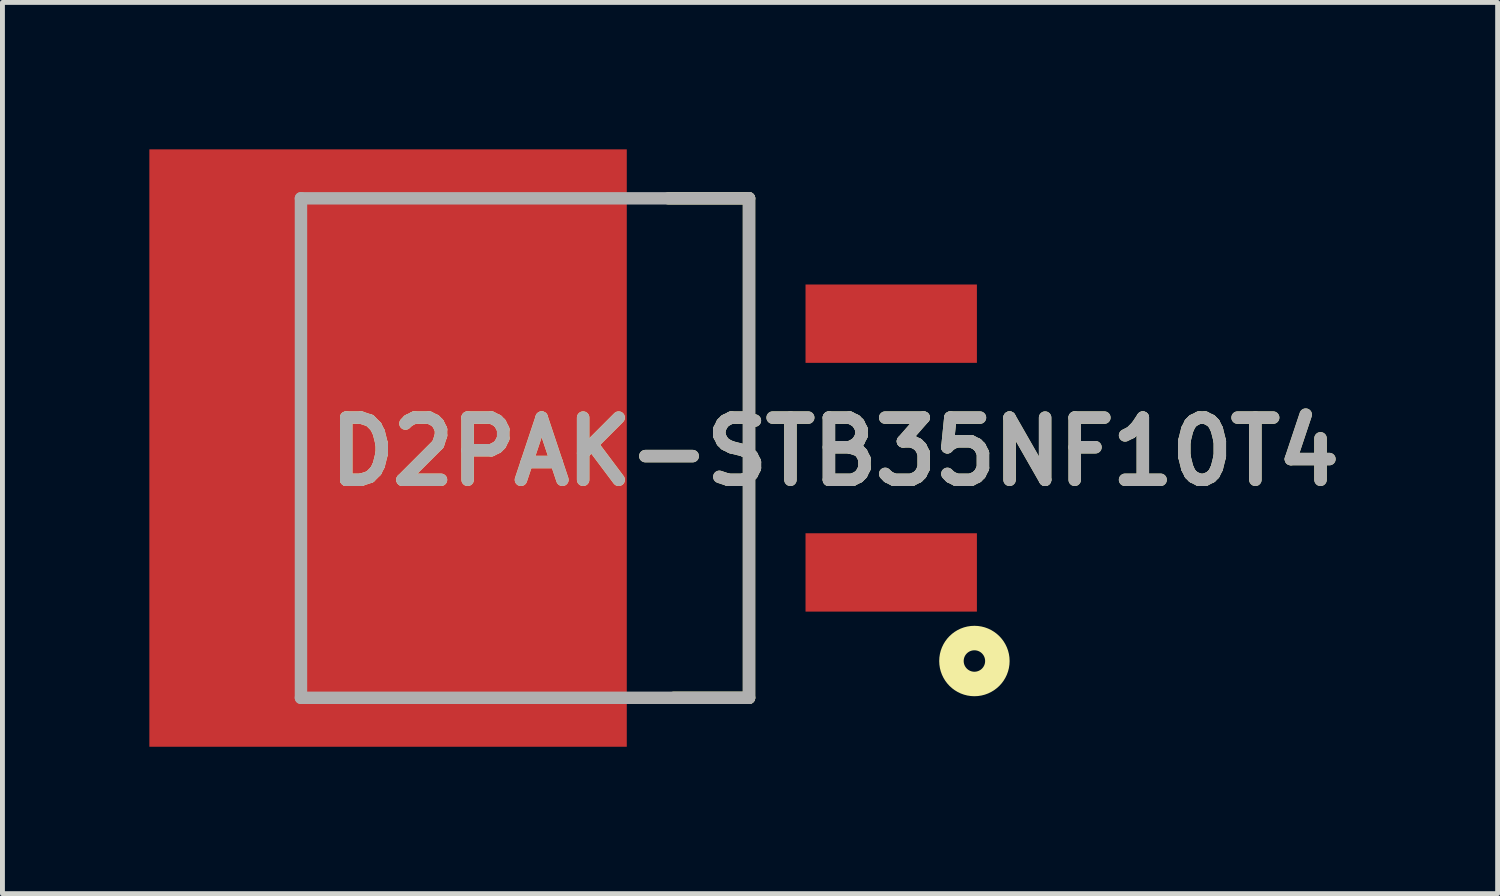
<source format=kicad_pcb>
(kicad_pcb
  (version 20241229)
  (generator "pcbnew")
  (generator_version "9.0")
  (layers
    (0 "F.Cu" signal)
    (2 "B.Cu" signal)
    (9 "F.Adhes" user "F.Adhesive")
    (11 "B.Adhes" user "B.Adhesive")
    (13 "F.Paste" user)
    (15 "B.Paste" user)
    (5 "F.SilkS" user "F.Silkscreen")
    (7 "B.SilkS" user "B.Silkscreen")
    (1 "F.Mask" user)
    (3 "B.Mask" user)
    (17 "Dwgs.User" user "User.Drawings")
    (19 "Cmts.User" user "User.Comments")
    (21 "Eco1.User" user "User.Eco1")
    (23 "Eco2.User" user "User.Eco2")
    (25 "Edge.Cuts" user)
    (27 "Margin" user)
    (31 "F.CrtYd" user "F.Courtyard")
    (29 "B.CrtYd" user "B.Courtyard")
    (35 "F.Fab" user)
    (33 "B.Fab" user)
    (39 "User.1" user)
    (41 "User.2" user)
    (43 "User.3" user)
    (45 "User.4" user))
  (footprint "D2PAK-STB35NF10T4"
    (layer "F.Cu")
    (at 12.246 1)
    (property "Reference" "D2PAK-STB35NF10T4" (at 1.753 5.174 0) (layer "F.SilkS") (effects (font (size 1.27 1.27) (thickness 0.254))))
    (attr smd)
    (fp_line (start 0 0) (end -1.644 0) (stroke (width 0.254) (type solid)) (layer "F.SilkS"))
    (fp_line (start 0 0) (end 0 10.2) (stroke (width 0.254) (type solid)) (layer "F.SilkS"))
    (fp_line (start 0 10.2) (end -1.535 10.2) (stroke (width 0.254) (type solid)) (layer "F.SilkS"))
    (fp_circle (center 4.603 9.449) (end 4.603 9.668) (stroke (width 0.5) (type solid)) (fill no) (layer "F.SilkS"))
    (fp_line (start -9.15 0) (end 0 0) (stroke (width 0.254) (type solid)) (layer "F.Fab"))
    (fp_line (start -9.15 10.2) (end -9.15 0) (stroke (width 0.254) (type solid)) (layer "F.Fab"))
    (fp_line (start 0 0) (end 0 10.2) (stroke (width 0.254) (type solid)) (layer "F.Fab"))
    (fp_line (start 0 10.2) (end -9.15 10.2) (stroke (width 0.254) (type solid)) (layer "F.Fab"))
    (fp_text user "${REFERENCE}" (at 1.753 5.174 0) (layer "F.Fab") (effects (font (size 1.27 1.27) (thickness 0.254))))
    (pad "1" smd rect (at 2.904 7.64 90) (size 1.6 3.5) (layers "F.Cu" "F.Mask" "F.Paste"))
    (pad "3" smd rect (at 2.904 2.56 90) (size 1.6 3.5) (layers "F.Cu" "F.Mask" "F.Paste"))
    (pad "4" smd rect (at -7.371 5.1) (size 9.75 12.2) (layers "F.Cu" "F.Mask" "F.Paste")))
  (gr_rect
    (start -3 -3)
    (end 27.534 15.2)
    (stroke (width 0.1) (type default))
    (fill no)
    (layer "Edge.Cuts")))
</source>
